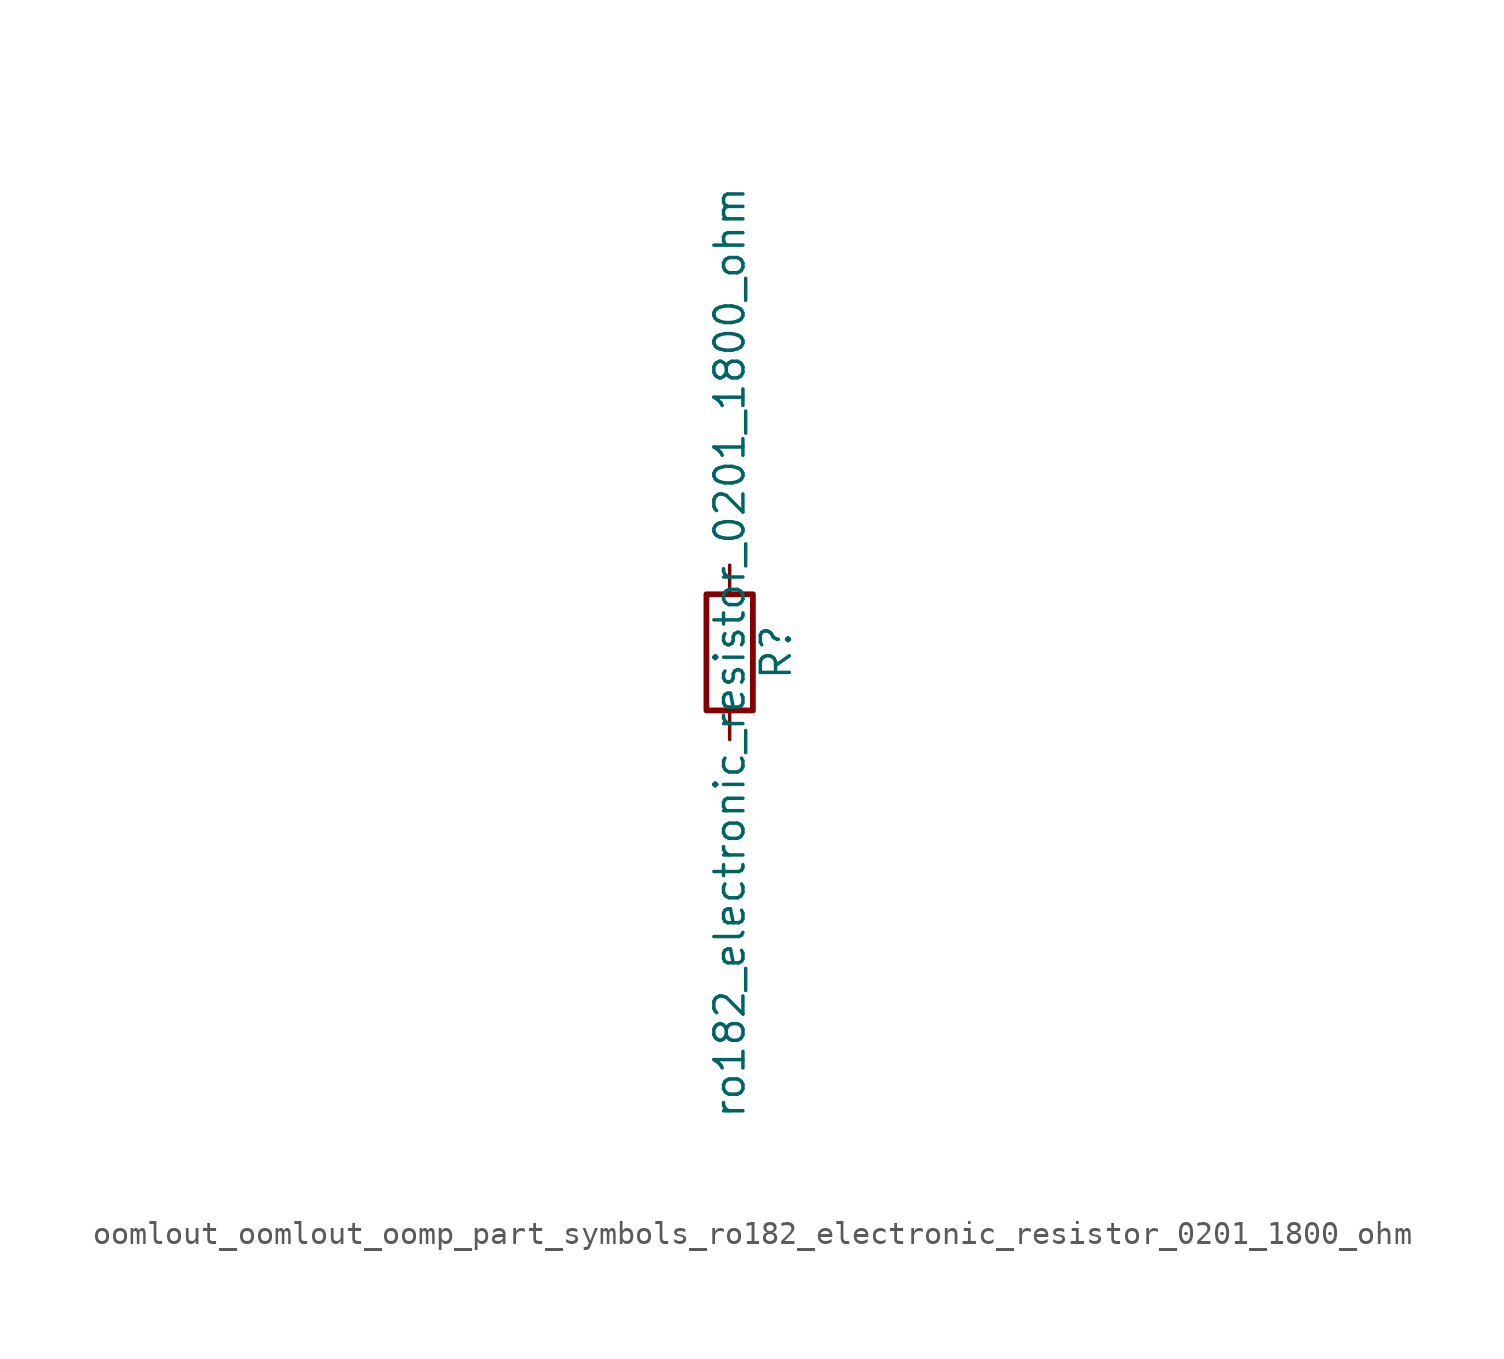
<source format=kicad_sym>
(kicad_symbol_lib
  (version 20220914)
  (generator kicad_symbol_editor)
  (symbol "oomlout_oomlout_oomp_part_symbols_ro182_electronic_resistor_0201_1800_ohm"
    (pin_numbers hide)
    (pin_names
      (offset 0))
    (property "Reference" "R"
      (at 2.032 0 90)
      (effects (font (size 1.27 1.27))))
    (property "Value" "ro182_electronic_resistor_0201_1800_ohm"
      (at 0 0 90)
      (effects (font (size 1.27 1.27))))
    (symbol "oomlout_oomlout_oomp_part_symbols_ro182_electronic_resistor_0201_1800_ohm_0_1"
      (rectangle (start -1.016 -2.54) (end 1.016 2.54) (stroke (width 0.254) (type default)) (fill (type none))))
    (symbol "oomlout_oomlout_oomp_part_symbols_ro182_electronic_resistor_0201_1800_ohm_1_1"
      (pin passive line (at 0 3.81 270) (length 1.27) (name "~" (effects (font (size 1.27 1.27)))) (number "1" (effects (font (size 1.27 1.27)))))
      (pin passive line (at 0 -3.81 90) (length 1.27) (name "~" (effects (font (size 1.27 1.27)))) (number "2" (effects (font (size 1.27 1.27))))))))
</source>
